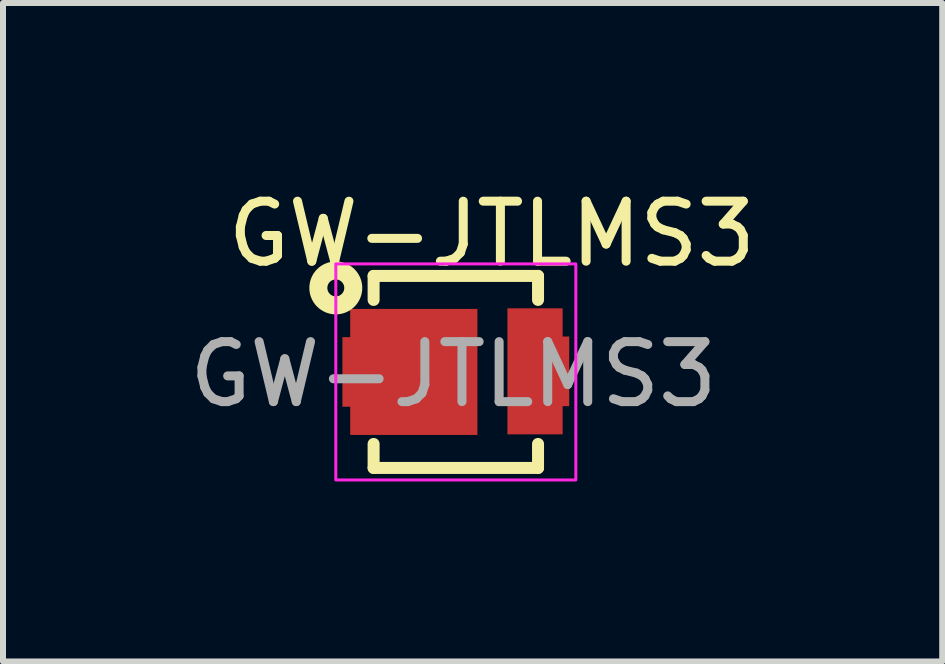
<source format=kicad_pcb>
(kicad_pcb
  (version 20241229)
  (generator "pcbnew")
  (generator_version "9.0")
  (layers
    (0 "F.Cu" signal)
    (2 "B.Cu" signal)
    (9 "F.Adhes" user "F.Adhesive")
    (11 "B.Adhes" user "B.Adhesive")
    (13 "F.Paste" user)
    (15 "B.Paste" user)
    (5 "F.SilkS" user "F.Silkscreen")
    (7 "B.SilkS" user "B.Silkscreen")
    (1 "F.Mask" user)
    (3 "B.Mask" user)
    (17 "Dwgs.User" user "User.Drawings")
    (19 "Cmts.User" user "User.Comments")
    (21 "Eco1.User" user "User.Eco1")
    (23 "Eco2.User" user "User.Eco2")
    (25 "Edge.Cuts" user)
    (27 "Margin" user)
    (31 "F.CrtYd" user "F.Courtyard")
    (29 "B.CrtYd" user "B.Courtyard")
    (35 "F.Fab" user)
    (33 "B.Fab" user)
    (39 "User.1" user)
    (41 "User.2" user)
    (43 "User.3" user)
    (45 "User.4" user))
  (footprint "GW-JTLMS3"
    (layer "F.Cu")
    (at 4.546 3.148)
    (property "Reference" "GW-JTLMS3" (at 0.6 -2.3 0) (unlocked yes) (layer "F.SilkS") (effects (font (size 1 1) (thickness 0.15))))
    (attr smd)
    (fp_line (start -1.37 -1.6) (end -1.37 -1.2) (stroke (width 0.2) (type default)) (layer "F.SilkS"))
    (fp_line (start -1.37 -1.6) (end 1.37 -1.6) (stroke (width 0.2) (type default)) (layer "F.SilkS"))
    (fp_line (start -1.37 1.6) (end -1.37 1.2) (stroke (width 0.2) (type default)) (layer "F.SilkS"))
    (fp_line (start -1.37 1.6) (end 1.37 1.6) (stroke (width 0.2) (type default)) (layer "F.SilkS"))
    (fp_line (start 1.37 -1.6) (end 1.37 -1.2) (stroke (width 0.2) (type default)) (layer "F.SilkS"))
    (fp_line (start 1.37 1.6) (end 1.37 1.2) (stroke (width 0.2) (type default)) (layer "F.SilkS"))
    (fp_circle (center -2 -1.4) (end -1.859 -1.4) (stroke (width 0.3) (type default)) (fill no) (layer "F.SilkS"))
    (fp_rect (start -2 -1.8) (end 2 1.8) (stroke (width 0.05) (type default)) (fill no) (layer "F.CrtYd"))
    (fp_text user "${REFERENCE}" (at -0.04 0.04 0) (unlocked yes) (layer "F.Fab") (effects (font (size 1 1) (thickness 0.15))))
    (pad "1" smd custom (at -0.765 0) (size 0.2 0.2) (layers "F.Cu" "F.Mask" "F.Paste") (options (anchor circle)) (primitives (gr_poly (pts (xy -1.125 -0.58) (xy -0.995 -0.58) (xy -0.995 -1.05) (xy 1.125 -1.05) (xy 1.125 1.05) (xy -0.995 1.05) (xy -0.995 0.58) (xy -1.125 0.58)) (width 0) (fill yes))))
    (pad "2" smd custom (at 1.375 0) (size 0.2 0.2) (layers "F.Cu" "F.Mask" "F.Paste") (options (anchor circle)) (primitives (gr_poly (pts (xy -0.515 1.04) (xy -0.515 -1.06) (xy 0.405 -1.06) (xy 0.405 -0.59) (xy 0.515 -0.59) (xy 0.515 0.57) (xy 0.405 0.57) (xy 0.405 1.04)) (width 0) (fill yes)))))
  (gr_rect
    (start -3 -3)
    (end 12.652 7.973)
    (stroke (width 0.1) (type default))
    (fill no)
    (layer "Edge.Cuts")))
</source>
